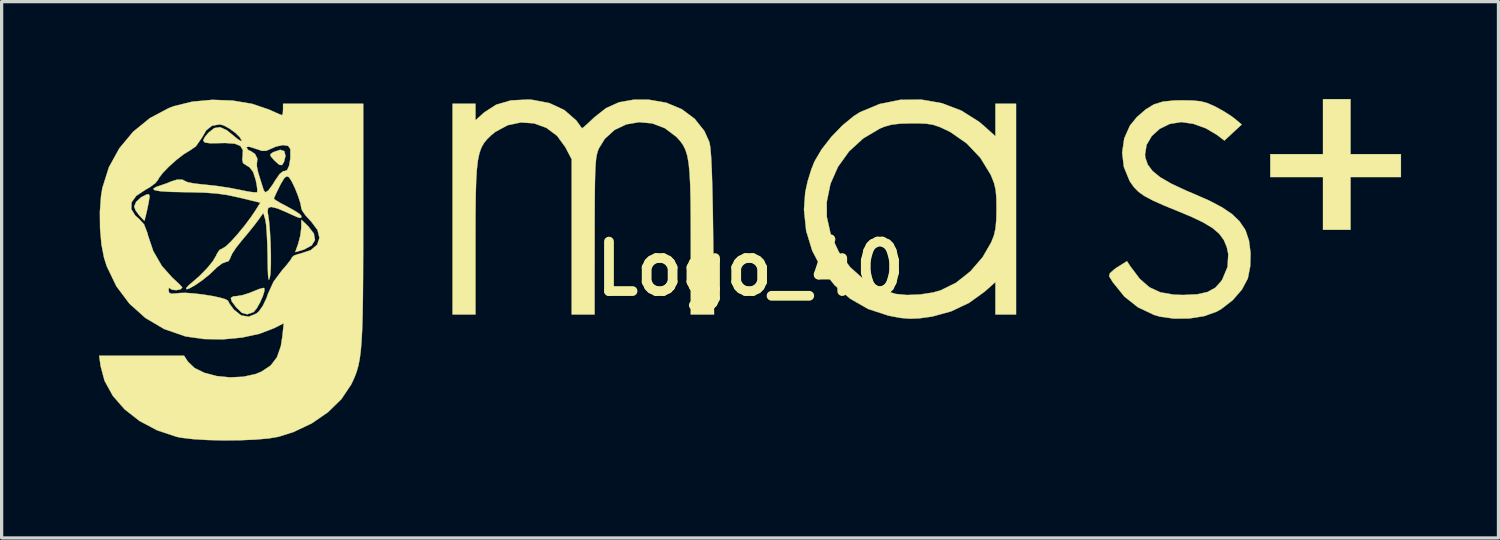
<source format=kicad_pcb>
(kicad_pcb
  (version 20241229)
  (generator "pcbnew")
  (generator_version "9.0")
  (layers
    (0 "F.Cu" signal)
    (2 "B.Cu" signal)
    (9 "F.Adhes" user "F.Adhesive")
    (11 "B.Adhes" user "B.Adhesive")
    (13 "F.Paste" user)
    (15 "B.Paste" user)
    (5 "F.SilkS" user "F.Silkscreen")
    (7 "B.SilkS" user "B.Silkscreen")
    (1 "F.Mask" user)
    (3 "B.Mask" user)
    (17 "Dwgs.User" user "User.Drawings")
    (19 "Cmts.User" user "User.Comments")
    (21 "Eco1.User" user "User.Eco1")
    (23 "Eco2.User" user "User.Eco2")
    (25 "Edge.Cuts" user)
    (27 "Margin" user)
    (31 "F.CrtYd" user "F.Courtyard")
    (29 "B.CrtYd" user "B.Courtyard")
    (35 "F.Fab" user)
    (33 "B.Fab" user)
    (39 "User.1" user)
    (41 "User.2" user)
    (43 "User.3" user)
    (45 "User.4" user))
  (footprint "Logo_40"
    (layer "F.Cu")
    (at 20.062 5.226)
    (property "Reference" "Logo_40" (at 0 0 0) (layer "F.SilkS") (effects (font (size 1.524 1.524) (thickness 0.3))))
    (attr through_hole)
    (fp_poly (pts (xy -14.354 -3.619) (xy -14.319 -3.474) (xy -14.366 -3.287) (xy -14.426 -3.191) (xy -14.512 -3.202) (xy -14.65 -3.324) (xy -14.67 -3.345) (xy -14.774 -3.464) (xy -14.785 -3.527) (xy -14.705 -3.583) (xy -14.687 -3.592) (xy -14.481 -3.662) (xy -14.354 -3.619)) (stroke (width 0.01) (type solid)) (fill yes) (layer "F.SilkS"))
    (fp_poly (pts (xy -13.617 -1.305) (xy -13.445 -1.082) (xy -13.41 -0.883) (xy -13.511 -0.717) (xy -13.747 -0.59) (xy -13.811 -0.57) (xy -14.018 -0.51) (xy -13.927 -0.767) (xy -13.863 -1.011) (xy -13.832 -1.253) (xy -13.832 -1.266) (xy -13.829 -1.508) (xy -13.617 -1.305)) (stroke (width 0.01) (type solid)) (fill yes) (layer "F.SilkS"))
    (fp_poly (pts (xy 18.486 -3.528) (xy 20.038 -3.528) (xy 20.038 -2.822) (xy 18.486 -2.822) (xy 18.486 -1.199) (xy 17.639 -1.199) (xy 17.639 -2.822) (xy 16.016 -2.822) (xy 16.016 -3.528) (xy 17.639 -3.528) (xy 17.639 -5.221) (xy 18.486 -5.221) (xy 18.486 -3.528)) (stroke (width 0.01) (type solid)) (fill yes) (layer "F.SilkS"))
    (fp_poly (pts (xy -18.504 -2.234) (xy -18.528 -2.068) (xy -18.529 -2.063) (xy -18.574 -1.84) (xy -18.618 -1.65) (xy -18.621 -1.636) (xy -18.665 -1.473) (xy -18.822 -1.641) (xy -18.932 -1.789) (xy -18.979 -1.915) (xy -18.979 -1.916) (xy -18.919 -2.057) (xy -18.769 -2.197) (xy -18.606 -2.281) (xy -18.527 -2.294) (xy -18.504 -2.234)) (stroke (width 0.01) (type solid)) (fill yes) (layer "F.SilkS"))
    (fp_poly (pts (xy -14.972 0.597) (xy -14.968 0.687) (xy -15.019 0.851) (xy -15.104 1.043) (xy -15.203 1.218) (xy -15.295 1.33) (xy -15.312 1.341) (xy -15.5 1.405) (xy -15.661 1.359) (xy -15.833 1.194) (xy -15.972 1.01) (xy -16.003 0.902) (xy -15.927 0.853) (xy -15.822 0.845) (xy -15.639 0.815) (xy -15.408 0.74) (xy -15.318 0.703) (xy -15.131 0.627) (xy -15.002 0.593) (xy -14.972 0.597)) (stroke (width 0.01) (type solid)) (fill yes) (layer "F.SilkS"))
    (fp_poly (pts (xy 5.899 -5.097) (xy 6.499 -4.869) (xy 7.042 -4.527) (xy 7.193 -4.4) (xy 7.549 -4.079) (xy 7.549 -5.08) (xy 8.184 -5.08) (xy 8.184 1.411) (xy 7.549 1.411) (xy 7.549 0.411) (xy 7.214 0.709) (xy 6.737 1.052) (xy 6.181 1.315) (xy 5.601 1.474) (xy 5.574 1.478) (xy 5.208 1.528) (xy 4.913 1.541) (xy 4.626 1.516) (xy 4.28 1.451) (xy 4.252 1.445) (xy 3.63 1.242) (xy 3.074 0.924) (xy 2.594 0.508) (xy 2.201 0.01) (xy 1.906 -0.555) (xy 1.719 -1.169) (xy 1.652 -1.817) (xy 1.669 -2.055) (xy 2.353 -2.055) (xy 2.356 -1.591) (xy 2.481 -1.032) (xy 2.727 -0.511) (xy 3.074 -0.047) (xy 3.503 0.338) (xy 3.997 0.624) (xy 4.47 0.777) (xy 4.817 0.811) (xy 5.226 0.795) (xy 5.626 0.734) (xy 5.858 0.669) (xy 6.337 0.432) (xy 6.779 0.081) (xy 7.156 -0.356) (xy 7.422 -0.817) (xy 7.504 -1.027) (xy 7.553 -1.249) (xy 7.577 -1.529) (xy 7.582 -1.834) (xy 7.578 -2.175) (xy 7.557 -2.422) (xy 7.511 -2.625) (xy 7.431 -2.83) (xy 7.396 -2.908) (xy 7.084 -3.416) (xy 6.666 -3.857) (xy 6.174 -4.201) (xy 6.077 -4.252) (xy 5.834 -4.364) (xy 5.634 -4.432) (xy 5.424 -4.466) (xy 5.151 -4.478) (xy 4.976 -4.478) (xy 4.617 -4.468) (xy 4.349 -4.436) (xy 4.126 -4.374) (xy 3.992 -4.318) (xy 3.475 -4.012) (xy 3.04 -3.613) (xy 2.7 -3.14) (xy 2.467 -2.614) (xy 2.353 -2.055) (xy 1.669 -2.055) (xy 1.69 -2.346) (xy 1.764 -2.687) (xy 1.876 -3.052) (xy 1.976 -3.303) (xy 2.193 -3.672) (xy 2.491 -4.055) (xy 2.835 -4.412) (xy 3.187 -4.701) (xy 3.375 -4.82) (xy 3.979 -5.072) (xy 4.616 -5.201) (xy 5.263 -5.208) (xy 5.899 -5.097)) (stroke (width 0.01) (type solid)) (fill yes) (layer "F.SilkS"))
    (fp_poly (pts (xy -6.729 -5.203) (xy -6.188 -5.1) (xy -5.731 -4.887) (xy -5.362 -4.566) (xy -5.186 -4.322) (xy -5.135 -4.359) (xy -5.008 -4.471) (xy -4.834 -4.635) (xy -4.814 -4.655) (xy -4.446 -4.945) (xy -4.044 -5.126) (xy -3.581 -5.207) (xy -3.126 -5.205) (xy -2.587 -5.111) (xy -2.111 -4.912) (xy -1.715 -4.617) (xy -1.416 -4.241) (xy -1.261 -3.896) (xy -1.233 -3.74) (xy -1.209 -3.453) (xy -1.188 -3.033) (xy -1.171 -2.478) (xy -1.156 -1.786) (xy -1.147 -1.111) (xy -1.118 1.411) (xy -1.834 1.411) (xy -1.834 -0.808) (xy -1.836 -1.518) (xy -1.841 -2.102) (xy -1.852 -2.575) (xy -1.872 -2.953) (xy -1.901 -3.25) (xy -1.943 -3.482) (xy -2 -3.663) (xy -2.073 -3.81) (xy -2.164 -3.936) (xy -2.276 -4.058) (xy -2.285 -4.066) (xy -2.633 -4.328) (xy -3.022 -4.476) (xy -3.427 -4.513) (xy -3.822 -4.445) (xy -4.182 -4.274) (xy -4.481 -4.004) (xy -4.665 -3.707) (xy -4.7 -3.619) (xy -4.728 -3.517) (xy -4.751 -3.383) (xy -4.767 -3.203) (xy -4.779 -2.962) (xy -4.787 -2.643) (xy -4.792 -2.231) (xy -4.795 -1.71) (xy -4.796 -1.066) (xy -4.796 -1.005) (xy -4.798 1.411) (xy -5.503 1.411) (xy -5.503 -3.371) (xy -5.7 -3.747) (xy -5.954 -4.094) (xy -6.283 -4.339) (xy -6.664 -4.477) (xy -7.07 -4.505) (xy -7.476 -4.419) (xy -7.857 -4.213) (xy -7.977 -4.115) (xy -8.101 -3.996) (xy -8.202 -3.875) (xy -8.282 -3.735) (xy -8.344 -3.563) (xy -8.391 -3.342) (xy -8.424 -3.059) (xy -8.446 -2.697) (xy -8.459 -2.241) (xy -8.465 -1.677) (xy -8.467 -0.99) (xy -8.467 -0.869) (xy -8.467 1.411) (xy -9.172 1.411) (xy -9.172 -5.08) (xy -8.467 -5.08) (xy -8.467 -4.57) (xy -8.195 -4.815) (xy -7.831 -5.05) (xy -7.377 -5.183) (xy -6.842 -5.21) (xy -6.729 -5.203)) (stroke (width 0.01) (type solid)) (fill yes) (layer "F.SilkS"))
    (fp_poly (pts (xy 13.629 -5.18) (xy 13.868 -5.156) (xy 14.065 -5.105) (xy 14.269 -5.017) (xy 14.323 -4.991) (xy 14.575 -4.852) (xy 14.808 -4.704) (xy 14.922 -4.618) (xy 15.134 -4.441) (xy 14.868 -4.194) (xy 14.602 -3.946) (xy 14.369 -4.124) (xy 14.032 -4.323) (xy 13.647 -4.462) (xy 13.281 -4.516) (xy 13.271 -4.516) (xy 12.92 -4.46) (xy 12.61 -4.309) (xy 12.363 -4.085) (xy 12.204 -3.813) (xy 12.156 -3.514) (xy 12.167 -3.419) (xy 12.241 -3.205) (xy 12.389 -3.008) (xy 12.624 -2.816) (xy 12.963 -2.62) (xy 13.418 -2.407) (xy 13.623 -2.321) (xy 14.14 -2.094) (xy 14.539 -1.884) (xy 14.841 -1.678) (xy 15.065 -1.461) (xy 15.23 -1.22) (xy 15.255 -1.174) (xy 15.359 -0.865) (xy 15.407 -0.482) (xy 15.398 -0.082) (xy 15.328 0.278) (xy 15.318 0.309) (xy 15.14 0.644) (xy 14.86 0.967) (xy 14.511 1.238) (xy 14.363 1.323) (xy 13.982 1.46) (xy 13.527 1.532) (xy 13.051 1.538) (xy 12.608 1.475) (xy 12.439 1.425) (xy 11.939 1.189) (xy 11.522 0.859) (xy 11.166 0.418) (xy 11.051 0.232) (xy 11.075 0.141) (xy 11.219 0.012) (xy 11.3 -0.043) (xy 11.6 -0.231) (xy 11.709 -0.066) (xy 11.995 0.313) (xy 12.291 0.572) (xy 12.628 0.728) (xy 13.042 0.8) (xy 13.335 0.81) (xy 13.764 0.789) (xy 14.085 0.717) (xy 14.323 0.585) (xy 14.505 0.382) (xy 14.537 0.332) (xy 14.699 -0.055) (xy 14.721 -0.451) (xy 14.677 -0.659) (xy 14.585 -0.882) (xy 14.442 -1.077) (xy 14.231 -1.257) (xy 13.931 -1.435) (xy 13.527 -1.624) (xy 13.182 -1.767) (xy 12.73 -1.952) (xy 12.39 -2.105) (xy 12.139 -2.238) (xy 11.956 -2.368) (xy 11.819 -2.506) (xy 11.705 -2.666) (xy 11.676 -2.716) (xy 11.505 -3.135) (xy 11.453 -3.576) (xy 11.516 -4.01) (xy 11.69 -4.404) (xy 11.903 -4.667) (xy 12.175 -4.904) (xy 12.427 -5.058) (xy 12.704 -5.145) (xy 13.05 -5.181) (xy 13.3 -5.186) (xy 13.629 -5.18)) (stroke (width 0.01) (type solid)) (fill yes) (layer "F.SilkS"))
    (fp_poly (pts (xy -15.946 -5.178) (xy -15.349 -5.078) (xy -14.829 -4.902) (xy -14.826 -4.9) (xy -14.619 -4.808) (xy -14.471 -4.745) (xy -14.42 -4.727) (xy -14.4 -4.788) (xy -14.393 -4.904) (xy -14.393 -5.08) (xy -11.924 -5.08) (xy -11.925 -1.393) (xy -11.926 -0.508) (xy -11.929 0.249) (xy -11.934 0.89) (xy -11.943 1.427) (xy -11.957 1.873) (xy -11.976 2.24) (xy -12.001 2.542) (xy -12.034 2.789) (xy -12.076 2.996) (xy -12.127 3.174) (xy -12.188 3.336) (xy -12.26 3.495) (xy -12.302 3.578) (xy -12.598 4.019) (xy -13.009 4.42) (xy -13.511 4.765) (xy -14.08 5.034) (xy -14.539 5.178) (xy -14.842 5.229) (xy -15.249 5.264) (xy -15.721 5.284) (xy -16.222 5.289) (xy -16.714 5.277) (xy -17.161 5.25) (xy -17.524 5.207) (xy -17.667 5.179) (xy -18.272 4.978) (xy -18.812 4.692) (xy -19.272 4.333) (xy -19.636 3.917) (xy -19.89 3.457) (xy -20.013 2.998) (xy -20.057 2.681) (xy -17.443 2.681) (xy -17.324 2.864) (xy -17.119 3.06) (xy -16.813 3.209) (xy -16.438 3.307) (xy -16.028 3.348) (xy -15.617 3.328) (xy -15.236 3.244) (xy -15.059 3.171) (xy -14.776 2.983) (xy -14.582 2.73) (xy -14.462 2.388) (xy -14.413 2.076) (xy -14.372 1.68) (xy -14.672 1.833) (xy -15.122 2.005) (xy -15.659 2.121) (xy -16.241 2.176) (xy -16.826 2.167) (xy -17.37 2.09) (xy -17.411 2.081) (xy -18.054 1.859) (xy -18.63 1.52) (xy -19.125 1.077) (xy -19.527 0.542) (xy -19.822 -0.071) (xy -19.907 -0.336) (xy -19.987 -0.747) (xy -20.03 -1.238) (xy -20.035 -1.753) (xy -20.029 -1.837) (xy -19.07 -1.837) (xy -18.943 -1.632) (xy -18.832 -1.537) (xy -18.674 -1.363) (xy -18.573 -1.102) (xy -18.558 -1.037) (xy -18.392 -0.543) (xy -18.126 -0.083) (xy -17.8 0.281) (xy -17.636 0.431) (xy -17.526 0.542) (xy -17.498 0.583) (xy -17.556 0.637) (xy -17.683 0.661) (xy -17.812 0.648) (xy -17.865 0.615) (xy -17.909 0.587) (xy -17.92 0.662) (xy -17.904 0.741) (xy -17.832 0.771) (xy -17.666 0.76) (xy -17.597 0.751) (xy -17.409 0.744) (xy -17.155 0.761) (xy -16.87 0.794) (xy -16.586 0.839) (xy -16.338 0.891) (xy -16.16 0.943) (xy -16.087 0.99) (xy -16.087 0.993) (xy -16.045 1.077) (xy -15.941 1.219) (xy -15.904 1.265) (xy -15.685 1.439) (xy -15.45 1.479) (xy -15.217 1.383) (xy -15.136 1.314) (xy -15.018 1.147) (xy -14.905 0.911) (xy -14.86 0.78) (xy -14.686 0.4) (xy -14.431 0.058) (xy -14.27 -0.129) (xy -14.155 -0.279) (xy -14.111 -0.357) (xy -14.049 -0.408) (xy -13.898 -0.456) (xy -13.864 -0.463) (xy -13.542 -0.57) (xy -13.343 -0.737) (xy -13.272 -0.949) (xy -13.333 -1.194) (xy -13.53 -1.457) (xy -13.547 -1.473) (xy -13.703 -1.644) (xy -13.806 -1.792) (xy -13.829 -1.859) (xy -13.857 -2.013) (xy -13.928 -2.234) (xy -14.023 -2.473) (xy -14.122 -2.681) (xy -14.205 -2.811) (xy -14.216 -2.821) (xy -14.284 -2.846) (xy -14.358 -2.787) (xy -14.456 -2.623) (xy -14.495 -2.548) (xy -14.594 -2.348) (xy -14.659 -2.203) (xy -14.676 -2.155) (xy -14.618 -2.108) (xy -14.466 -2.018) (xy -14.252 -1.905) (xy -14.252 -1.905) (xy -14.038 -1.787) (xy -13.886 -1.686) (xy -13.829 -1.622) (xy -13.834 -1.574) (xy -13.87 -1.562) (xy -13.964 -1.592) (xy -14.144 -1.673) (xy -14.263 -1.728) (xy -14.56 -1.854) (xy -14.752 -1.903) (xy -14.851 -1.874) (xy -14.871 -1.766) (xy -14.862 -1.711) (xy -14.827 -1.479) (xy -14.799 -1.162) (xy -14.779 -0.801) (xy -14.769 -0.435) (xy -14.769 -0.106) (xy -14.782 0.148) (xy -14.797 0.247) (xy -14.822 0.335) (xy -14.841 0.325) (xy -14.855 0.206) (xy -14.864 -0.032) (xy -14.869 -0.388) (xy -14.878 -0.753) (xy -14.894 -1.084) (xy -14.914 -1.346) (xy -14.938 -1.505) (xy -14.94 -1.512) (xy -15.001 -1.719) (xy -15.16 -1.495) (xy -15.287 -1.327) (xy -15.469 -1.102) (xy -15.665 -0.867) (xy -15.667 -0.865) (xy -15.836 -0.653) (xy -15.959 -0.467) (xy -16.015 -0.345) (xy -16.015 -0.335) (xy -16.073 -0.23) (xy -16.144 -0.212) (xy -16.27 -0.163) (xy -16.43 -0.042) (xy -16.479 0.007) (xy -16.669 0.186) (xy -16.891 0.363) (xy -17.109 0.513) (xy -17.286 0.611) (xy -17.369 0.634) (xy -17.377 0.597) (xy -17.29 0.503) (xy -17.216 0.441) (xy -16.965 0.224) (xy -16.734 -0.012) (xy -16.552 -0.236) (xy -16.447 -0.415) (xy -16.437 -0.447) (xy -16.35 -0.578) (xy -16.26 -0.622) (xy -16.157 -0.686) (xy -15.995 -0.84) (xy -15.798 -1.059) (xy -15.587 -1.315) (xy -15.385 -1.584) (xy -15.233 -1.81) (xy -15.093 -2.033) (xy -15.749 -2.192) (xy -16.093 -2.266) (xy -16.432 -2.315) (xy -16.811 -2.343) (xy -17.275 -2.356) (xy -17.41 -2.357) (xy -17.861 -2.366) (xy -18.174 -2.386) (xy -18.35 -2.418) (xy -18.392 -2.462) (xy -18.3 -2.519) (xy -18.162 -2.566) (xy -17.97 -2.632) (xy -17.834 -2.689) (xy -17.657 -2.743) (xy -17.49 -2.742) (xy -17.399 -2.692) (xy -17.315 -2.659) (xy -17.128 -2.624) (xy -16.872 -2.595) (xy -16.804 -2.589) (xy -16.443 -2.55) (xy -16.05 -2.491) (xy -15.738 -2.43) (xy -15.487 -2.379) (xy -15.294 -2.351) (xy -15.196 -2.351) (xy -15.192 -2.353) (xy -15.185 -2.438) (xy -15.21 -2.612) (xy -15.237 -2.739) (xy -15.316 -2.982) (xy -15.423 -3.122) (xy -15.5 -3.168) (xy -15.626 -3.252) (xy -15.651 -3.376) (xy -15.639 -3.457) (xy -15.63 -3.652) (xy -15.678 -3.732) (xy -15.522 -3.732) (xy -15.463 -3.654) (xy -15.383 -3.619) (xy -15.256 -3.531) (xy -15.184 -3.387) (xy -15.199 -3.255) (xy -15.201 -3.157) (xy -15.164 -2.975) (xy -15.127 -2.849) (xy -15.057 -2.632) (xy -15.004 -2.464) (xy -14.988 -2.412) (xy -14.935 -2.352) (xy -14.846 -2.409) (xy -14.714 -2.589) (xy -14.632 -2.724) (xy -14.495 -2.921) (xy -14.384 -3.006) (xy -14.35 -3.005) (xy -14.268 -3.037) (xy -14.205 -3.177) (xy -14.169 -3.393) (xy -14.168 -3.653) (xy -14.17 -3.687) (xy -14.238 -3.783) (xy -14.396 -3.808) (xy -14.612 -3.762) (xy -14.756 -3.699) (xy -14.909 -3.633) (xy -15.04 -3.629) (xy -15.219 -3.688) (xy -15.246 -3.698) (xy -15.436 -3.758) (xy -15.519 -3.745) (xy -15.522 -3.732) (xy -15.678 -3.732) (xy -15.707 -3.781) (xy -15.884 -3.851) (xy -16.176 -3.872) (xy -16.344 -3.868) (xy -16.639 -3.863) (xy -16.805 -3.887) (xy -16.854 -3.951) (xy -16.796 -4.064) (xy -16.69 -4.188) (xy -16.511 -4.331) (xy -16.333 -4.358) (xy -16.129 -4.266) (xy -15.946 -4.119) (xy -15.792 -3.992) (xy -15.689 -3.929) (xy -15.663 -3.936) (xy -15.72 -4.044) (xy -15.86 -4.182) (xy -16.042 -4.316) (xy -16.222 -4.414) (xy -16.341 -4.445) (xy -16.581 -4.404) (xy -16.759 -4.264) (xy -16.892 -4.036) (xy -17.081 -3.766) (xy -17.261 -3.643) (xy -17.454 -3.525) (xy -17.681 -3.349) (xy -17.907 -3.147) (xy -18.098 -2.95) (xy -18.22 -2.789) (xy -18.241 -2.743) (xy -18.325 -2.637) (xy -18.495 -2.51) (xy -18.635 -2.43) (xy -18.915 -2.244) (xy -19.06 -2.044) (xy -19.07 -1.837) (xy -20.029 -1.837) (xy -20 -2.234) (xy -19.96 -2.484) (xy -19.757 -3.125) (xy -19.435 -3.709) (xy -19.01 -4.219) (xy -18.495 -4.638) (xy -17.907 -4.949) (xy -17.748 -5.008) (xy -17.19 -5.145) (xy -16.574 -5.201) (xy -15.946 -5.178)) (stroke (width 0.01) (type solid)) (fill yes) (layer "F.SilkS")))
  (gr_rect
    (start -3 -3)
    (end 43.105 13.52)
    (stroke (width 0.1) (type default))
    (fill no)
    (layer "Edge.Cuts")))
</source>
